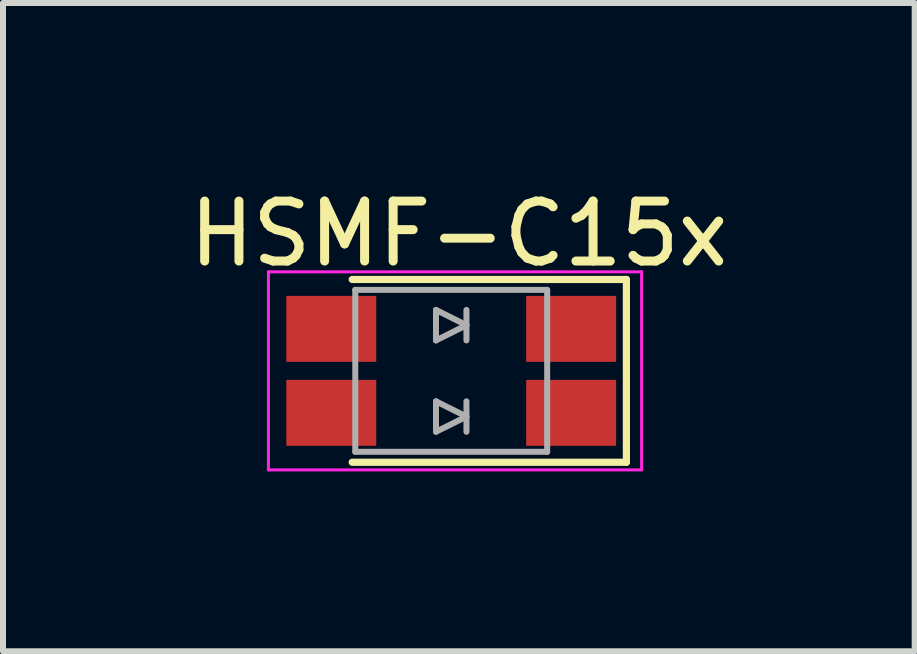
<source format=kicad_pcb>
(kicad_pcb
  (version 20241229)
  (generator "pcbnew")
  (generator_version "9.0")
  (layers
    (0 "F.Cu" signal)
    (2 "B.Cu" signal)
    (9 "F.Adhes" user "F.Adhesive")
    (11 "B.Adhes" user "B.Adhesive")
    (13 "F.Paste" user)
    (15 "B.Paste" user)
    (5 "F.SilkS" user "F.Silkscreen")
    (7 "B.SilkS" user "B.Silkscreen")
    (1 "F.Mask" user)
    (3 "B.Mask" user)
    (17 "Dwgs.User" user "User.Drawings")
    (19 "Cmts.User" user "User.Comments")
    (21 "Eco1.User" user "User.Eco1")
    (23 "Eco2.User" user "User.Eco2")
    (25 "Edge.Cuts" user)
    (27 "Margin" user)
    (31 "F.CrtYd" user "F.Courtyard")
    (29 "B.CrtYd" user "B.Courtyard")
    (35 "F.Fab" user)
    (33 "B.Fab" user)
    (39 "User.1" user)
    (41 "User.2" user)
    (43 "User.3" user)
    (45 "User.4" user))
  (footprint "HSMF-C15x"
    (layer "F.Cu")
    (at 4.474 3.134)
    (property "Reference" "HSMF-C15x" (at 0.127 -2.286 0) (layer "F.SilkS") (effects (font (size 1 1) (thickness 0.15))))
    (attr through_hole)
    (fp_line (start -1.651 -1.524) (end 2.921 -1.524) (stroke (width 0.12) (type solid)) (layer "F.SilkS"))
    (fp_line (start 2.921 -1.524) (end 2.921 1.524) (stroke (width 0.12) (type solid)) (layer "F.SilkS"))
    (fp_line (start 2.921 1.524) (end -1.651 1.524) (stroke (width 0.12) (type solid)) (layer "F.SilkS"))
    (fp_line (start -3.048 -1.651) (end 3.175 -1.651) (stroke (width 0.05) (type solid)) (layer "F.CrtYd"))
    (fp_line (start -3.048 1.651) (end -3.048 -1.651) (stroke (width 0.05) (type solid)) (layer "F.CrtYd"))
    (fp_line (start 3.175 -1.651) (end 3.175 1.651) (stroke (width 0.05) (type solid)) (layer "F.CrtYd"))
    (fp_line (start 3.175 1.651) (end -3.048 1.651) (stroke (width 0.05) (type solid)) (layer "F.CrtYd"))
    (fp_line (start -1.6 -1.35) (end -1.6 1.35) (stroke (width 0.1) (type solid)) (layer "F.Fab"))
    (fp_line (start -1.6 1.35) (end 1.6 1.35) (stroke (width 0.1) (type solid)) (layer "F.Fab"))
    (fp_line (start -0.254 -1.016) (end -0.254 -0.508) (stroke (width 0.1) (type solid)) (layer "F.Fab"))
    (fp_line (start -0.254 -0.508) (end 0.254 -0.762) (stroke (width 0.1) (type solid)) (layer "F.Fab"))
    (fp_line (start -0.254 0.508) (end -0.254 1.016) (stroke (width 0.1) (type solid)) (layer "F.Fab"))
    (fp_line (start -0.254 1.016) (end 0.254 0.762) (stroke (width 0.1) (type solid)) (layer "F.Fab"))
    (fp_line (start 0.254 -1.016) (end 0.254 -0.508) (stroke (width 0.1) (type solid)) (layer "F.Fab"))
    (fp_line (start 0.254 -0.762) (end -0.254 -1.016) (stroke (width 0.1) (type solid)) (layer "F.Fab"))
    (fp_line (start 0.254 0.508) (end 0.254 1.016) (stroke (width 0.1) (type solid)) (layer "F.Fab"))
    (fp_line (start 0.254 0.762) (end -0.254 0.508) (stroke (width 0.1) (type solid)) (layer "F.Fab"))
    (fp_line (start 1.6 -1.35) (end -1.6 -1.35) (stroke (width 0.1) (type solid)) (layer "F.Fab"))
    (fp_line (start 1.6 1.35) (end 1.6 -1.35) (stroke (width 0.1) (type solid)) (layer "F.Fab"))
    (pad "1" smd rect (at -2 -0.7) (size 1.5 1.1) (layers "F.Cu" "F.Mask" "F.Paste"))
    (pad "2" smd rect (at 2 -0.7) (size 1.5 1.1) (layers "F.Cu" "F.Mask" "F.Paste"))
    (pad "3" smd rect (at -2 0.7) (size 1.5 1.1) (layers "F.Cu" "F.Mask" "F.Paste"))
    (pad "4" smd rect (at 2 0.7) (size 1.5 1.1) (layers "F.Cu" "F.Mask" "F.Paste")))
  (gr_rect
    (start -3 -3)
    (end 12.202 7.81)
    (stroke (width 0.1) (type default))
    (fill no)
    (layer "Edge.Cuts")))
</source>
